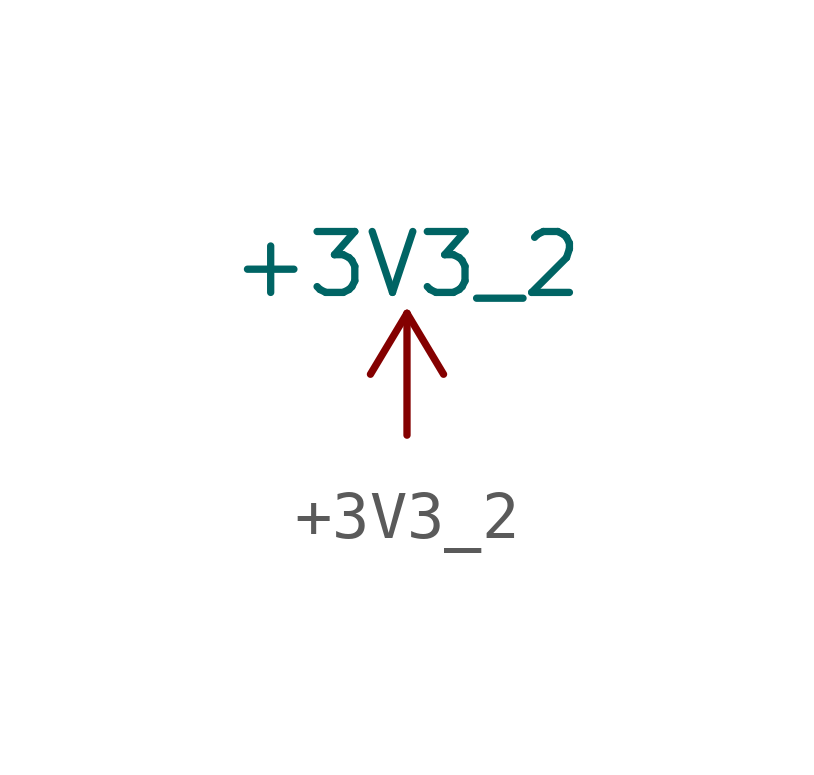
<source format=kicad_sym>
(kicad_symbol_lib
  (version 20220914)
  (generator kicad_symbol_editor)
  (symbol "+3V3_2"
    (power)
    (pin_names
      (offset 0))
    (property "Reference" "#PWR"
      (at 0 -3.81 0)
      (effects (font (size 1.27 1.27)) hide))
    (property "Value" "+3V3_2"
      (at 0 3.556 0)
      (effects (font (size 1.27 1.27))))
    (symbol "+3V3_2_0_1"
      (polyline (pts (xy -0.762 1.27) (xy 0 2.54)) (stroke (width 0) (type default)) (fill (type none)))
      (polyline (pts (xy 0 0) (xy 0 2.54)) (stroke (width 0) (type default)) (fill (type none)))
      (polyline (pts (xy 0 2.54) (xy 0.762 1.27)) (stroke (width 0) (type default)) (fill (type none))))
    (symbol "+3V3_2_1_1"
      (pin power_in line (at 0 0 90) (length 0) hide (name "+3V3_2" (effects (font (size 1.27 1.27)))) (number "1" (effects (font (size 1.27 1.27))))))))
</source>
